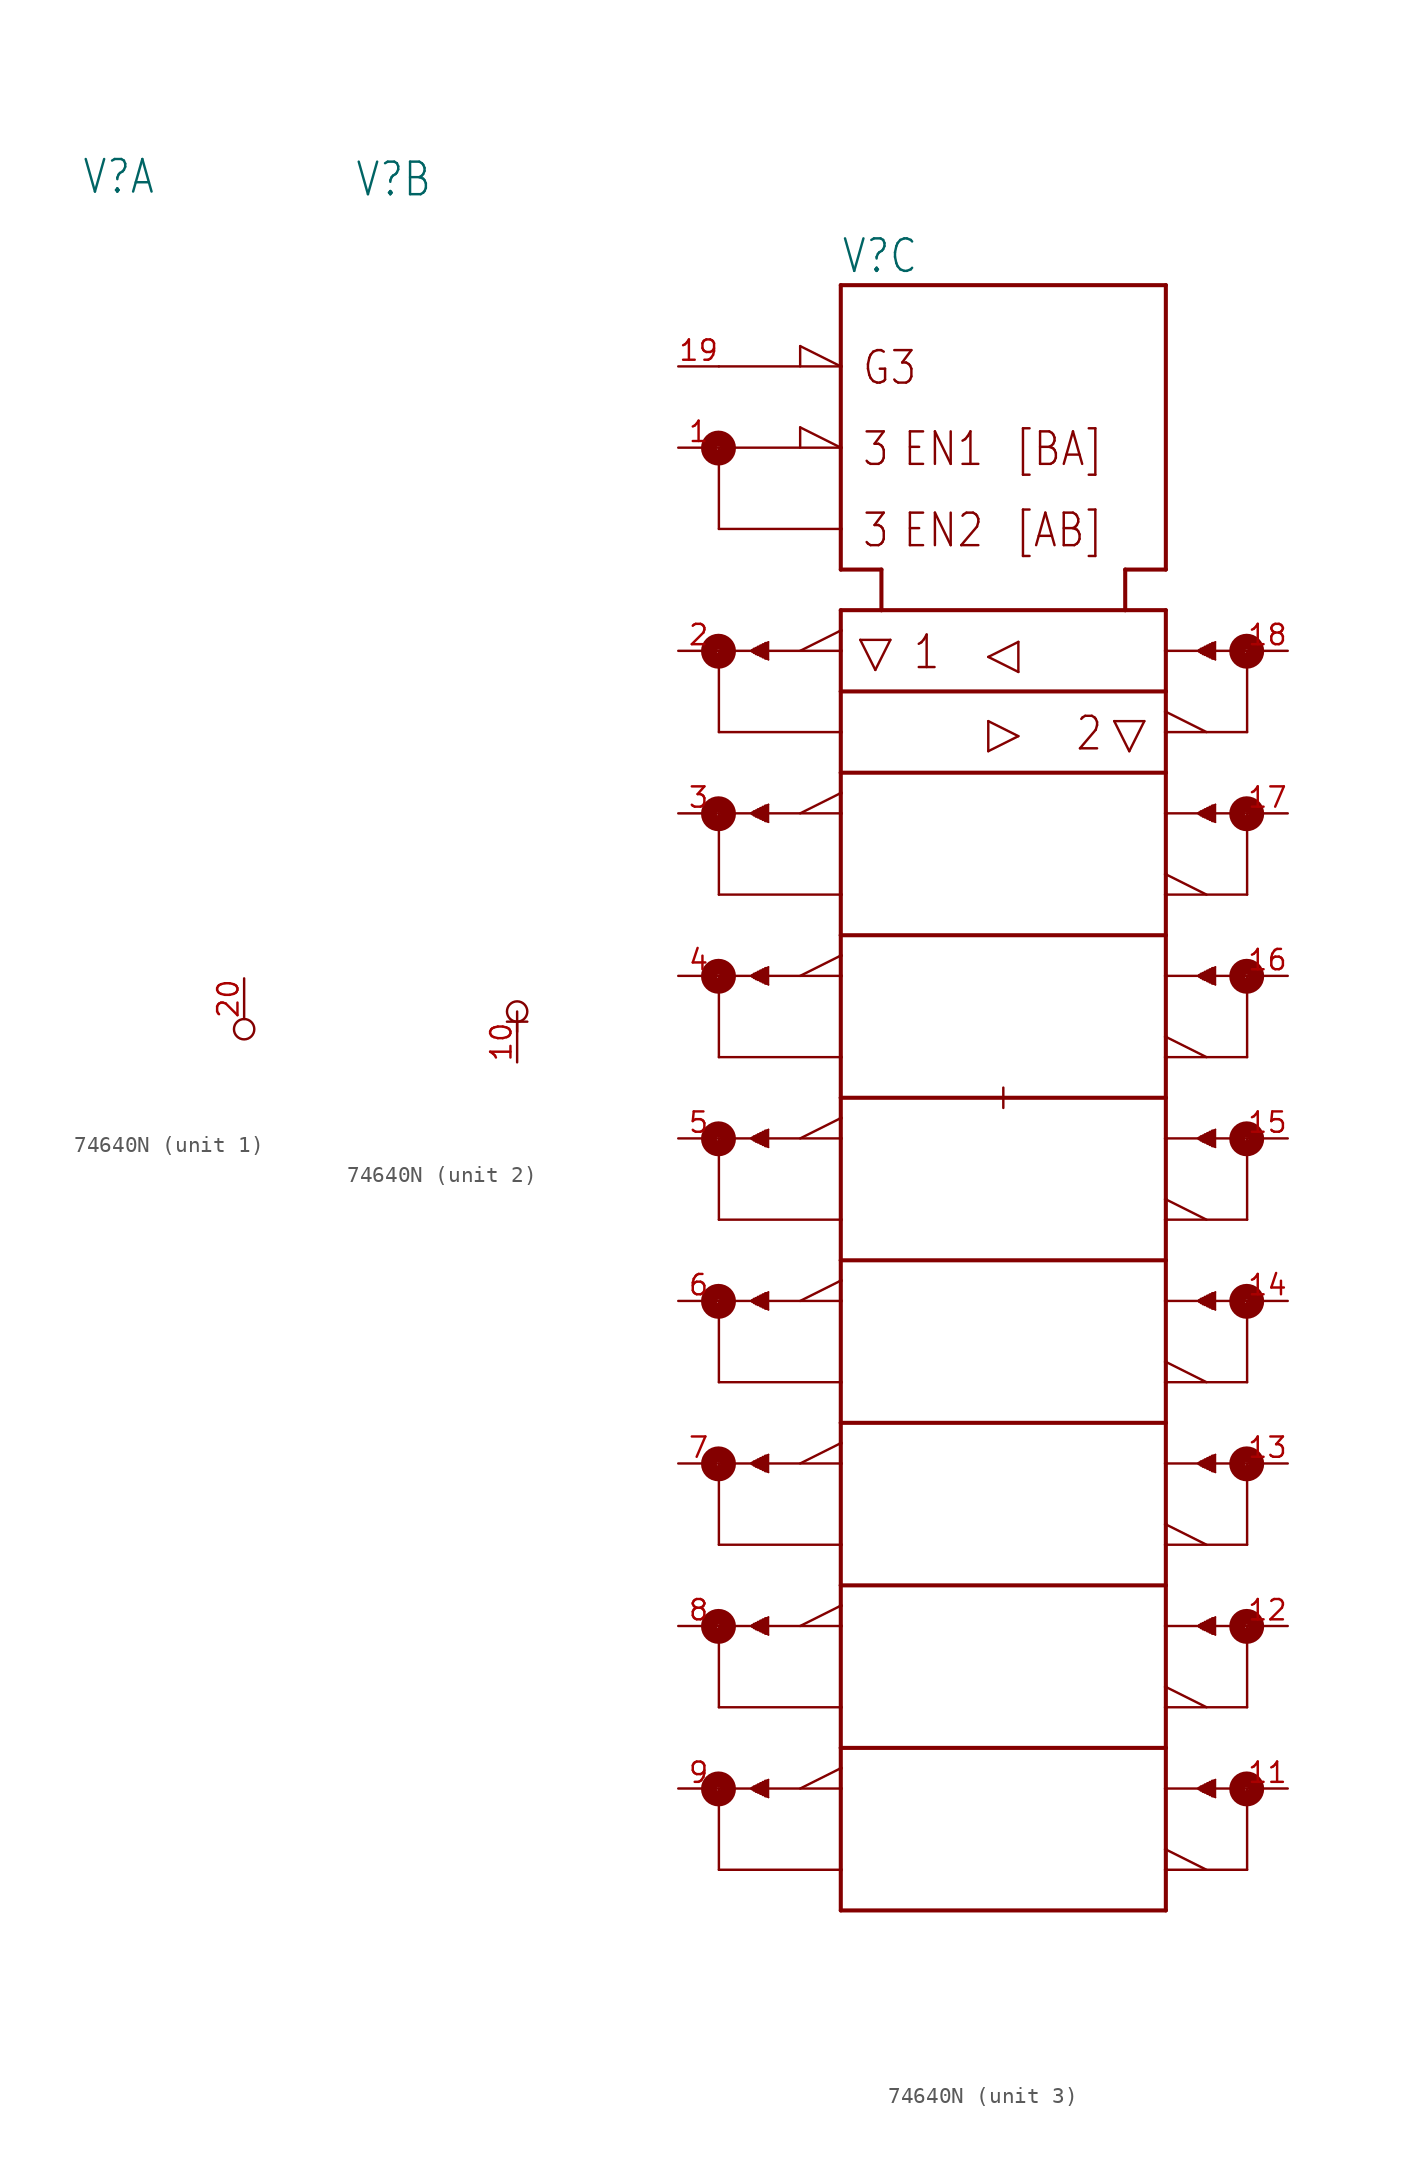
<source format=kicad_sym>
(kicad_symbol_lib
  (version 20220914)
  (generator kicad_symbol_editor)
  (symbol "74640N"
    (property "Reference" "V"
      (at -10.16 51.435 0)
      (effects (font (size 2.032 1.727)) (justify left bottom)))
    (property "ki_locked" ""
      (at 0 0 0)
      (effects (font (size 1.27 1.27))))
    (symbol "74640N_1_0"
      (circle (center 0 -0.635) (radius 0.635) (stroke (width 0.152) (type solid)) (fill (type none)))
      (pin power_in line (at 0 2.54 270) (length 2.54) (name "+UB" (effects (font (size 0 0)))) (number "20" (effects (font (size 1.27 1.27))))))
    (symbol "74640N_2_0"
      (polyline (pts (xy 0 -0.635) (xy 0 0.635)) (stroke (width 0) (type solid)) (fill (type none)))
      (polyline (pts (xy 0.635 0) (xy -0.635 0)) (stroke (width 0) (type solid)) (fill (type none)))
      (circle (center 0 0.635) (radius 0.635) (stroke (width 0.152) (type solid)) (fill (type none)))
      (pin power_in line (at 0 -2.54 90) (length 2.54) (name "-UB" (effects (font (size 0 0)))) (number "10" (effects (font (size 1.27 1.27))))))
    (symbol "74640N_3_0"
      (circle (center -17.805 -43.205) (radius 0.102) (stroke (width 0.991) (type solid)) (fill (type none)))
      (circle (center -17.805 -33.045) (radius 0.102) (stroke (width 0.991) (type solid)) (fill (type none)))
      (circle (center -17.805 -22.885) (radius 0.102) (stroke (width 0.991) (type solid)) (fill (type none)))
      (circle (center -17.805 -12.725) (radius 0.102) (stroke (width 0.991) (type solid)) (fill (type none)))
      (circle (center -17.805 -2.565) (radius 0.102) (stroke (width 0.991) (type solid)) (fill (type none)))
      (circle (center -17.805 7.595) (radius 0.102) (stroke (width 0.991) (type solid)) (fill (type none)))
      (circle (center -17.805 17.755) (radius 0.102) (stroke (width 0.991) (type solid)) (fill (type none)))
      (circle (center -17.805 27.915) (radius 0.102) (stroke (width 0.991) (type solid)) (fill (type none)))
      (circle (center -17.805 40.615) (radius 0.102) (stroke (width 0.991) (type solid)) (fill (type none)))
      (rectangle (start -15.697 -43.231) (end -15.596 -43.129) (stroke (width 0) (type default)) (fill (type outline)))
      (rectangle (start -15.697 -33.071) (end -15.596 -32.969) (stroke (width 0) (type default)) (fill (type outline)))
      (rectangle (start -15.697 -22.911) (end -15.596 -22.809) (stroke (width 0) (type default)) (fill (type outline)))
      (rectangle (start -15.697 -12.751) (end -15.596 -12.649) (stroke (width 0) (type default)) (fill (type outline)))
      (rectangle (start -15.697 -2.591) (end -15.596 -2.489) (stroke (width 0) (type default)) (fill (type outline)))
      (rectangle (start -15.697 7.569) (end -15.596 7.671) (stroke (width 0) (type default)) (fill (type outline)))
      (rectangle (start -15.697 17.729) (end -15.596 17.831) (stroke (width 0) (type default)) (fill (type outline)))
      (rectangle (start -15.697 27.889) (end -15.596 27.991) (stroke (width 0) (type default)) (fill (type outline)))
      (rectangle (start -15.596 -43.307) (end -15.469 -43.053) (stroke (width 0) (type default)) (fill (type outline)))
      (rectangle (start -15.596 -33.147) (end -15.469 -32.893) (stroke (width 0) (type default)) (fill (type outline)))
      (rectangle (start -15.596 -22.987) (end -15.469 -22.733) (stroke (width 0) (type default)) (fill (type outline)))
      (rectangle (start -15.596 -12.827) (end -15.469 -12.573) (stroke (width 0) (type default)) (fill (type outline)))
      (rectangle (start -15.596 -2.667) (end -15.469 -2.413) (stroke (width 0) (type default)) (fill (type outline)))
      (rectangle (start -15.596 7.493) (end -15.469 7.747) (stroke (width 0) (type default)) (fill (type outline)))
      (rectangle (start -15.596 17.653) (end -15.469 17.907) (stroke (width 0) (type default)) (fill (type outline)))
      (rectangle (start -15.596 27.813) (end -15.469 28.067) (stroke (width 0) (type default)) (fill (type outline)))
      (rectangle (start -15.469 -43.383) (end -15.342 -43.002) (stroke (width 0) (type default)) (fill (type outline)))
      (rectangle (start -15.469 -33.223) (end -15.342 -32.842) (stroke (width 0) (type default)) (fill (type outline)))
      (rectangle (start -15.469 -23.063) (end -15.342 -22.682) (stroke (width 0) (type default)) (fill (type outline)))
      (rectangle (start -15.469 -12.903) (end -15.342 -12.522) (stroke (width 0) (type default)) (fill (type outline)))
      (rectangle (start -15.469 -2.743) (end -15.342 -2.362) (stroke (width 0) (type default)) (fill (type outline)))
      (rectangle (start -15.469 7.417) (end -15.342 7.798) (stroke (width 0) (type default)) (fill (type outline)))
      (rectangle (start -15.469 17.577) (end -15.342 17.958) (stroke (width 0) (type default)) (fill (type outline)))
      (rectangle (start -15.469 27.737) (end -15.342 28.118) (stroke (width 0) (type default)) (fill (type outline)))
      (rectangle (start -15.342 -43.434) (end -15.189 -42.926) (stroke (width 0) (type default)) (fill (type outline)))
      (rectangle (start -15.342 -33.274) (end -15.189 -32.766) (stroke (width 0) (type default)) (fill (type outline)))
      (rectangle (start -15.342 -23.114) (end -15.189 -22.606) (stroke (width 0) (type default)) (fill (type outline)))
      (rectangle (start -15.342 -12.954) (end -15.189 -12.446) (stroke (width 0) (type default)) (fill (type outline)))
      (rectangle (start -15.342 -2.794) (end -15.189 -2.286) (stroke (width 0) (type default)) (fill (type outline)))
      (rectangle (start -15.342 7.366) (end -15.189 7.874) (stroke (width 0) (type default)) (fill (type outline)))
      (rectangle (start -15.342 17.526) (end -15.189 18.034) (stroke (width 0) (type default)) (fill (type outline)))
      (rectangle (start -15.342 27.686) (end -15.189 28.194) (stroke (width 0) (type default)) (fill (type outline)))
      (rectangle (start -15.189 -43.51) (end -15.037 -42.85) (stroke (width 0) (type default)) (fill (type outline)))
      (rectangle (start -15.189 -33.35) (end -15.037 -32.69) (stroke (width 0) (type default)) (fill (type outline)))
      (rectangle (start -15.189 -23.19) (end -15.037 -22.53) (stroke (width 0) (type default)) (fill (type outline)))
      (rectangle (start -15.189 -13.03) (end -15.037 -12.37) (stroke (width 0) (type default)) (fill (type outline)))
      (rectangle (start -15.189 -2.87) (end -15.037 -2.21) (stroke (width 0) (type default)) (fill (type outline)))
      (rectangle (start -15.189 7.29) (end -15.037 7.95) (stroke (width 0) (type default)) (fill (type outline)))
      (rectangle (start -15.189 17.45) (end -15.037 18.11) (stroke (width 0) (type default)) (fill (type outline)))
      (rectangle (start -15.189 27.61) (end -15.037 28.27) (stroke (width 0) (type default)) (fill (type outline)))
      (rectangle (start -15.037 -43.586) (end -14.884 -42.774) (stroke (width 0) (type default)) (fill (type outline)))
      (rectangle (start -15.037 -33.426) (end -14.884 -32.614) (stroke (width 0) (type default)) (fill (type outline)))
      (rectangle (start -15.037 -23.266) (end -14.884 -22.454) (stroke (width 0) (type default)) (fill (type outline)))
      (rectangle (start -15.037 -13.106) (end -14.884 -12.294) (stroke (width 0) (type default)) (fill (type outline)))
      (rectangle (start -15.037 -2.946) (end -14.884 -2.134) (stroke (width 0) (type default)) (fill (type outline)))
      (rectangle (start -15.037 7.214) (end -14.884 8.026) (stroke (width 0) (type default)) (fill (type outline)))
      (rectangle (start -15.037 17.374) (end -14.884 18.186) (stroke (width 0) (type default)) (fill (type outline)))
      (rectangle (start -15.037 27.534) (end -14.884 28.346) (stroke (width 0) (type default)) (fill (type outline)))
      (rectangle (start -14.884 -43.663) (end -14.732 -42.697) (stroke (width 0) (type default)) (fill (type outline)))
      (rectangle (start -14.884 -33.503) (end -14.732 -32.537) (stroke (width 0) (type default)) (fill (type outline)))
      (rectangle (start -14.884 -23.343) (end -14.732 -22.377) (stroke (width 0) (type default)) (fill (type outline)))
      (rectangle (start -14.884 -13.183) (end -14.732 -12.217) (stroke (width 0) (type default)) (fill (type outline)))
      (rectangle (start -14.884 -3.023) (end -14.732 -2.057) (stroke (width 0) (type default)) (fill (type outline)))
      (rectangle (start -14.884 7.137) (end -14.732 8.103) (stroke (width 0) (type default)) (fill (type outline)))
      (rectangle (start -14.884 17.297) (end -14.732 18.263) (stroke (width 0) (type default)) (fill (type outline)))
      (rectangle (start -14.884 27.457) (end -14.732 28.423) (stroke (width 0) (type default)) (fill (type outline)))
      (polyline (pts (xy -17.78 -43.18) (xy -17.78 -48.26)) (stroke (width 0.152) (type solid)) (fill (type none)))
      (polyline (pts (xy -17.78 -43.18) (xy -10.16 -43.18)) (stroke (width 0.152) (type solid)) (fill (type none)))
      (polyline (pts (xy -17.78 -33.02) (xy -17.78 -38.1)) (stroke (width 0.152) (type solid)) (fill (type none)))
      (polyline (pts (xy -17.78 -33.02) (xy -10.16 -33.02)) (stroke (width 0.152) (type solid)) (fill (type none)))
      (polyline (pts (xy -17.78 -22.86) (xy -17.78 -27.94)) (stroke (width 0.152) (type solid)) (fill (type none)))
      (polyline (pts (xy -17.78 -22.86) (xy -10.16 -22.86)) (stroke (width 0.152) (type solid)) (fill (type none)))
      (polyline (pts (xy -17.78 -12.7) (xy -17.78 -17.78)) (stroke (width 0.152) (type solid)) (fill (type none)))
      (polyline (pts (xy -17.78 -12.7) (xy -10.16 -12.7)) (stroke (width 0.152) (type solid)) (fill (type none)))
      (polyline (pts (xy -17.78 -2.54) (xy -17.78 -7.62)) (stroke (width 0.152) (type solid)) (fill (type none)))
      (polyline (pts (xy -17.78 -2.54) (xy -10.16 -2.54)) (stroke (width 0.152) (type solid)) (fill (type none)))
      (polyline (pts (xy -17.78 7.62) (xy -17.78 2.54)) (stroke (width 0.152) (type solid)) (fill (type none)))
      (polyline (pts (xy -17.78 7.62) (xy -10.16 7.62)) (stroke (width 0.152) (type solid)) (fill (type none)))
      (polyline (pts (xy -17.78 17.78) (xy -17.78 12.7)) (stroke (width 0.152) (type solid)) (fill (type none)))
      (polyline (pts (xy -17.78 17.78) (xy -10.16 17.78)) (stroke (width 0.152) (type solid)) (fill (type none)))
      (polyline (pts (xy -17.78 27.94) (xy -17.78 22.86)) (stroke (width 0.152) (type solid)) (fill (type none)))
      (polyline (pts (xy -17.78 27.94) (xy -10.16 27.94)) (stroke (width 0.152) (type solid)) (fill (type none)))
      (polyline (pts (xy -17.78 40.64) (xy -17.78 35.56)) (stroke (width 0.152) (type solid)) (fill (type none)))
      (polyline (pts (xy -17.78 40.64) (xy -10.16 40.64)) (stroke (width 0.152) (type solid)) (fill (type none)))
      (polyline (pts (xy -17.78 45.72) (xy -10.16 45.72)) (stroke (width 0.152) (type solid)) (fill (type none)))
      (polyline (pts (xy -15.799 -43.18) (xy -14.681 -42.621)) (stroke (width 0.102) (type solid)) (fill (type none)))
      (polyline (pts (xy -15.799 -33.02) (xy -14.681 -32.461)) (stroke (width 0.102) (type solid)) (fill (type none)))
      (polyline (pts (xy -15.799 -22.86) (xy -14.681 -22.301)) (stroke (width 0.102) (type solid)) (fill (type none)))
      (polyline (pts (xy -15.799 -12.7) (xy -14.681 -12.141)) (stroke (width 0.102) (type solid)) (fill (type none)))
      (polyline (pts (xy -15.799 -2.54) (xy -14.681 -1.981)) (stroke (width 0.102) (type solid)) (fill (type none)))
      (polyline (pts (xy -15.799 7.62) (xy -14.681 8.179)) (stroke (width 0.102) (type solid)) (fill (type none)))
      (polyline (pts (xy -15.799 17.78) (xy -14.681 18.339)) (stroke (width 0.102) (type solid)) (fill (type none)))
      (polyline (pts (xy -15.799 27.94) (xy -14.681 28.499)) (stroke (width 0.102) (type solid)) (fill (type none)))
      (polyline (pts (xy -14.681 -43.739) (xy -15.799 -43.18)) (stroke (width 0.102) (type solid)) (fill (type none)))
      (polyline (pts (xy -14.681 -42.621) (xy -14.681 -43.739)) (stroke (width 0.102) (type solid)) (fill (type none)))
      (polyline (pts (xy -14.681 -33.579) (xy -15.799 -33.02)) (stroke (width 0.102) (type solid)) (fill (type none)))
      (polyline (pts (xy -14.681 -32.461) (xy -14.681 -33.579)) (stroke (width 0.102) (type solid)) (fill (type none)))
      (polyline (pts (xy -14.681 -23.419) (xy -15.799 -22.86)) (stroke (width 0.102) (type solid)) (fill (type none)))
      (polyline (pts (xy -14.681 -22.301) (xy -14.681 -23.419)) (stroke (width 0.102) (type solid)) (fill (type none)))
      (polyline (pts (xy -14.681 -13.259) (xy -15.799 -12.7)) (stroke (width 0.102) (type solid)) (fill (type none)))
      (polyline (pts (xy -14.681 -12.141) (xy -14.681 -13.259)) (stroke (width 0.102) (type solid)) (fill (type none)))
      (polyline (pts (xy -14.681 -3.099) (xy -15.799 -2.54)) (stroke (width 0.102) (type solid)) (fill (type none)))
      (polyline (pts (xy -14.681 -1.981) (xy -14.681 -3.099)) (stroke (width 0.102) (type solid)) (fill (type none)))
      (polyline (pts (xy -14.681 7.061) (xy -15.799 7.62)) (stroke (width 0.102) (type solid)) (fill (type none)))
      (polyline (pts (xy -14.681 8.179) (xy -14.681 7.061)) (stroke (width 0.102) (type solid)) (fill (type none)))
      (polyline (pts (xy -14.681 17.221) (xy -15.799 17.78)) (stroke (width 0.102) (type solid)) (fill (type none)))
      (polyline (pts (xy -14.681 18.339) (xy -14.681 17.221)) (stroke (width 0.102) (type solid)) (fill (type none)))
      (polyline (pts (xy -14.681 27.381) (xy -15.799 27.94)) (stroke (width 0.102) (type solid)) (fill (type none)))
      (polyline (pts (xy -14.681 28.499) (xy -14.681 27.381)) (stroke (width 0.102) (type solid)) (fill (type none)))
      (polyline (pts (xy -12.7 -43.18) (xy -10.16 -41.91)) (stroke (width 0.152) (type solid)) (fill (type none)))
      (polyline (pts (xy -12.7 -33.02) (xy -10.16 -31.75)) (stroke (width 0.152) (type solid)) (fill (type none)))
      (polyline (pts (xy -12.7 -22.86) (xy -10.16 -21.59)) (stroke (width 0.152) (type solid)) (fill (type none)))
      (polyline (pts (xy -12.7 -12.7) (xy -10.16 -11.43)) (stroke (width 0.152) (type solid)) (fill (type none)))
      (polyline (pts (xy -12.7 -2.54) (xy -10.16 -1.27)) (stroke (width 0.152) (type solid)) (fill (type none)))
      (polyline (pts (xy -12.7 7.62) (xy -10.16 8.89)) (stroke (width 0.152) (type solid)) (fill (type none)))
      (polyline (pts (xy -12.7 17.78) (xy -10.16 19.05)) (stroke (width 0.152) (type solid)) (fill (type none)))
      (polyline (pts (xy -12.7 27.94) (xy -10.16 29.21)) (stroke (width 0.152) (type solid)) (fill (type none)))
      (polyline (pts (xy -12.7 41.91) (xy -12.7 40.64)) (stroke (width 0.152) (type solid)) (fill (type none)))
      (polyline (pts (xy -12.7 46.99) (xy -12.7 45.72)) (stroke (width 0.152) (type solid)) (fill (type none)))
      (polyline (pts (xy -10.16 -50.8) (xy 10.16 -50.8)) (stroke (width 0.254) (type solid)) (fill (type none)))
      (polyline (pts (xy -10.16 -48.26) (xy -17.78 -48.26)) (stroke (width 0.152) (type solid)) (fill (type none)))
      (polyline (pts (xy -10.16 -48.26) (xy -10.16 -50.8)) (stroke (width 0.254) (type solid)) (fill (type none)))
      (polyline (pts (xy -10.16 -43.18) (xy -10.16 -48.26)) (stroke (width 0.254) (type solid)) (fill (type none)))
      (polyline (pts (xy -10.16 -41.91) (xy -10.16 -43.18)) (stroke (width 0.254) (type solid)) (fill (type none)))
      (polyline (pts (xy -10.16 -40.64) (xy -10.16 -41.91)) (stroke (width 0.254) (type solid)) (fill (type none)))
      (polyline (pts (xy -10.16 -40.64) (xy 10.16 -40.64)) (stroke (width 0.254) (type solid)) (fill (type none)))
      (polyline (pts (xy -10.16 -38.1) (xy -17.78 -38.1)) (stroke (width 0.152) (type solid)) (fill (type none)))
      (polyline (pts (xy -10.16 -38.1) (xy -10.16 -40.64)) (stroke (width 0.254) (type solid)) (fill (type none)))
      (polyline (pts (xy -10.16 -33.02) (xy -10.16 -38.1)) (stroke (width 0.254) (type solid)) (fill (type none)))
      (polyline (pts (xy -10.16 -31.75) (xy -10.16 -33.02)) (stroke (width 0.254) (type solid)) (fill (type none)))
      (polyline (pts (xy -10.16 -30.48) (xy -10.16 -31.75)) (stroke (width 0.254) (type solid)) (fill (type none)))
      (polyline (pts (xy -10.16 -30.48) (xy 10.16 -30.48)) (stroke (width 0.254) (type solid)) (fill (type none)))
      (polyline (pts (xy -10.16 -27.94) (xy -17.78 -27.94)) (stroke (width 0.152) (type solid)) (fill (type none)))
      (polyline (pts (xy -10.16 -27.94) (xy -10.16 -30.48)) (stroke (width 0.254) (type solid)) (fill (type none)))
      (polyline (pts (xy -10.16 -22.86) (xy -10.16 -27.94)) (stroke (width 0.254) (type solid)) (fill (type none)))
      (polyline (pts (xy -10.16 -21.59) (xy -10.16 -22.86)) (stroke (width 0.254) (type solid)) (fill (type none)))
      (polyline (pts (xy -10.16 -20.32) (xy -10.16 -21.59)) (stroke (width 0.254) (type solid)) (fill (type none)))
      (polyline (pts (xy -10.16 -20.32) (xy 10.16 -20.32)) (stroke (width 0.254) (type solid)) (fill (type none)))
      (polyline (pts (xy -10.16 -17.78) (xy -17.78 -17.78)) (stroke (width 0.152) (type solid)) (fill (type none)))
      (polyline (pts (xy -10.16 -17.78) (xy -10.16 -20.32)) (stroke (width 0.254) (type solid)) (fill (type none)))
      (polyline (pts (xy -10.16 -12.7) (xy -10.16 -17.78)) (stroke (width 0.254) (type solid)) (fill (type none)))
      (polyline (pts (xy -10.16 -11.43) (xy -10.16 -12.7)) (stroke (width 0.254) (type solid)) (fill (type none)))
      (polyline (pts (xy -10.16 -10.16) (xy -10.16 -11.43)) (stroke (width 0.254) (type solid)) (fill (type none)))
      (polyline (pts (xy -10.16 -10.16) (xy 10.16 -10.16)) (stroke (width 0.254) (type solid)) (fill (type none)))
      (polyline (pts (xy -10.16 -7.62) (xy -17.78 -7.62)) (stroke (width 0.152) (type solid)) (fill (type none)))
      (polyline (pts (xy -10.16 -7.62) (xy -10.16 -10.16)) (stroke (width 0.254) (type solid)) (fill (type none)))
      (polyline (pts (xy -10.16 -2.54) (xy -10.16 -7.62)) (stroke (width 0.254) (type solid)) (fill (type none)))
      (polyline (pts (xy -10.16 -1.27) (xy -10.16 -2.54)) (stroke (width 0.254) (type solid)) (fill (type none)))
      (polyline (pts (xy -10.16 0) (xy -10.16 -1.27)) (stroke (width 0.254) (type solid)) (fill (type none)))
      (polyline (pts (xy -10.16 0) (xy 10.16 0)) (stroke (width 0.254) (type solid)) (fill (type none)))
      (polyline (pts (xy -10.16 2.54) (xy -17.78 2.54)) (stroke (width 0.152) (type solid)) (fill (type none)))
      (polyline (pts (xy -10.16 2.54) (xy -10.16 0)) (stroke (width 0.254) (type solid)) (fill (type none)))
      (polyline (pts (xy -10.16 7.62) (xy -10.16 2.54)) (stroke (width 0.254) (type solid)) (fill (type none)))
      (polyline (pts (xy -10.16 8.89) (xy -10.16 7.62)) (stroke (width 0.254) (type solid)) (fill (type none)))
      (polyline (pts (xy -10.16 10.16) (xy -10.16 8.89)) (stroke (width 0.254) (type solid)) (fill (type none)))
      (polyline (pts (xy -10.16 10.16) (xy -10.16 12.7)) (stroke (width 0.254) (type solid)) (fill (type none)))
      (polyline (pts (xy -10.16 10.16) (xy 10.16 10.16)) (stroke (width 0.254) (type solid)) (fill (type none)))
      (polyline (pts (xy -10.16 12.7) (xy -17.78 12.7)) (stroke (width 0.152) (type solid)) (fill (type none)))
      (polyline (pts (xy -10.16 12.7) (xy -10.16 17.78)) (stroke (width 0.254) (type solid)) (fill (type none)))
      (polyline (pts (xy -10.16 17.78) (xy -10.16 19.05)) (stroke (width 0.254) (type solid)) (fill (type none)))
      (polyline (pts (xy -10.16 19.05) (xy -10.16 20.32)) (stroke (width 0.254) (type solid)) (fill (type none)))
      (polyline (pts (xy -10.16 20.32) (xy -10.16 22.86)) (stroke (width 0.254) (type solid)) (fill (type none)))
      (polyline (pts (xy -10.16 22.86) (xy -17.78 22.86)) (stroke (width 0.152) (type solid)) (fill (type none)))
      (polyline (pts (xy -10.16 22.86) (xy -10.16 25.4)) (stroke (width 0.254) (type solid)) (fill (type none)))
      (polyline (pts (xy -10.16 25.4) (xy -10.16 27.94)) (stroke (width 0.254) (type solid)) (fill (type none)))
      (polyline (pts (xy -10.16 25.4) (xy 10.16 25.4)) (stroke (width 0.254) (type solid)) (fill (type none)))
      (polyline (pts (xy -10.16 27.94) (xy -10.16 29.21)) (stroke (width 0.254) (type solid)) (fill (type none)))
      (polyline (pts (xy -10.16 29.21) (xy -10.16 30.48)) (stroke (width 0.254) (type solid)) (fill (type none)))
      (polyline (pts (xy -10.16 30.48) (xy -7.62 30.48)) (stroke (width 0.254) (type solid)) (fill (type none)))
      (polyline (pts (xy -10.16 35.56) (xy -17.78 35.56)) (stroke (width 0.152) (type solid)) (fill (type none)))
      (polyline (pts (xy -10.16 35.56) (xy -10.16 33.02)) (stroke (width 0.254) (type solid)) (fill (type none)))
      (polyline (pts (xy -10.16 40.64) (xy -12.7 41.91)) (stroke (width 0.152) (type solid)) (fill (type none)))
      (polyline (pts (xy -10.16 40.64) (xy -10.16 35.56)) (stroke (width 0.254) (type solid)) (fill (type none)))
      (polyline (pts (xy -10.16 45.72) (xy -12.7 46.99)) (stroke (width 0.152) (type solid)) (fill (type none)))
      (polyline (pts (xy -10.16 45.72) (xy -10.16 40.64)) (stroke (width 0.254) (type solid)) (fill (type none)))
      (polyline (pts (xy -10.16 50.8) (xy -10.16 45.72)) (stroke (width 0.254) (type solid)) (fill (type none)))
      (polyline (pts (xy -10.16 50.8) (xy 10.16 50.8)) (stroke (width 0.254) (type solid)) (fill (type none)))
      (polyline (pts (xy -8.941 28.626) (xy -7.061 28.626)) (stroke (width 0.152) (type solid)) (fill (type none)))
      (polyline (pts (xy -8.001 26.746) (xy -8.941 28.626)) (stroke (width 0.152) (type solid)) (fill (type none)))
      (polyline (pts (xy -7.62 30.48) (xy 7.62 30.48)) (stroke (width 0.254) (type solid)) (fill (type none)))
      (polyline (pts (xy -7.62 33.02) (xy -10.16 33.02)) (stroke (width 0.254) (type solid)) (fill (type none)))
      (polyline (pts (xy -7.62 33.02) (xy -7.62 30.48)) (stroke (width 0.254) (type solid)) (fill (type none)))
      (polyline (pts (xy -7.061 28.626) (xy -8.001 26.746)) (stroke (width 0.152) (type solid)) (fill (type none)))
      (polyline (pts (xy -0.94 21.666) (xy 0.94 22.606)) (stroke (width 0.152) (type solid)) (fill (type none)))
      (polyline (pts (xy -0.94 23.546) (xy -0.94 21.666)) (stroke (width 0.152) (type solid)) (fill (type none)))
      (polyline (pts (xy -0.94 27.559) (xy 0.94 26.619)) (stroke (width 0.152) (type solid)) (fill (type none)))
      (polyline (pts (xy -0.635 0) (xy 0.635 0)) (stroke (width 0) (type solid)) (fill (type none)))
      (polyline (pts (xy 0 0.635) (xy 0 -0.635)) (stroke (width 0) (type solid)) (fill (type none)))
      (polyline (pts (xy 0.94 22.606) (xy -0.94 23.546)) (stroke (width 0.152) (type solid)) (fill (type none)))
      (polyline (pts (xy 0.94 26.619) (xy 0.94 28.499)) (stroke (width 0.152) (type solid)) (fill (type none)))
      (polyline (pts (xy 0.94 28.499) (xy -0.94 27.559)) (stroke (width 0.152) (type solid)) (fill (type none)))
      (polyline (pts (xy 6.934 23.546) (xy 8.814 23.546)) (stroke (width 0.152) (type solid)) (fill (type none)))
      (polyline (pts (xy 7.62 30.48) (xy 7.62 33.02)) (stroke (width 0.254) (type solid)) (fill (type none)))
      (polyline (pts (xy 7.62 30.48) (xy 10.16 30.48)) (stroke (width 0.254) (type solid)) (fill (type none)))
      (polyline (pts (xy 7.874 21.666) (xy 6.934 23.546)) (stroke (width 0.152) (type solid)) (fill (type none)))
      (polyline (pts (xy 8.814 23.546) (xy 7.874 21.666)) (stroke (width 0.152) (type solid)) (fill (type none)))
      (polyline (pts (xy 10.16 -48.26) (xy 10.16 -50.8)) (stroke (width 0.254) (type solid)) (fill (type none)))
      (polyline (pts (xy 10.16 -46.99) (xy 10.16 -48.26)) (stroke (width 0.254) (type solid)) (fill (type none)))
      (polyline (pts (xy 10.16 -43.18) (xy 10.16 -46.99)) (stroke (width 0.254) (type solid)) (fill (type none)))
      (polyline (pts (xy 10.16 -43.18) (xy 15.24 -43.18)) (stroke (width 0.152) (type solid)) (fill (type none)))
      (polyline (pts (xy 10.16 -40.64) (xy 10.16 -43.18)) (stroke (width 0.254) (type solid)) (fill (type none)))
      (polyline (pts (xy 10.16 -38.1) (xy 10.16 -40.64)) (stroke (width 0.254) (type solid)) (fill (type none)))
      (polyline (pts (xy 10.16 -36.83) (xy 10.16 -38.1)) (stroke (width 0.254) (type solid)) (fill (type none)))
      (polyline (pts (xy 10.16 -33.02) (xy 10.16 -36.83)) (stroke (width 0.254) (type solid)) (fill (type none)))
      (polyline (pts (xy 10.16 -33.02) (xy 15.24 -33.02)) (stroke (width 0.152) (type solid)) (fill (type none)))
      (polyline (pts (xy 10.16 -30.48) (xy 10.16 -33.02)) (stroke (width 0.254) (type solid)) (fill (type none)))
      (polyline (pts (xy 10.16 -27.94) (xy 10.16 -30.48)) (stroke (width 0.254) (type solid)) (fill (type none)))
      (polyline (pts (xy 10.16 -26.67) (xy 10.16 -27.94)) (stroke (width 0.254) (type solid)) (fill (type none)))
      (polyline (pts (xy 10.16 -22.86) (xy 10.16 -26.67)) (stroke (width 0.254) (type solid)) (fill (type none)))
      (polyline (pts (xy 10.16 -22.86) (xy 15.24 -22.86)) (stroke (width 0.152) (type solid)) (fill (type none)))
      (polyline (pts (xy 10.16 -20.32) (xy 10.16 -22.86)) (stroke (width 0.254) (type solid)) (fill (type none)))
      (polyline (pts (xy 10.16 -17.78) (xy 10.16 -20.32)) (stroke (width 0.254) (type solid)) (fill (type none)))
      (polyline (pts (xy 10.16 -16.51) (xy 10.16 -17.78)) (stroke (width 0.254) (type solid)) (fill (type none)))
      (polyline (pts (xy 10.16 -12.7) (xy 10.16 -16.51)) (stroke (width 0.254) (type solid)) (fill (type none)))
      (polyline (pts (xy 10.16 -12.7) (xy 15.24 -12.7)) (stroke (width 0.152) (type solid)) (fill (type none)))
      (polyline (pts (xy 10.16 -10.16) (xy 10.16 -12.7)) (stroke (width 0.254) (type solid)) (fill (type none)))
      (polyline (pts (xy 10.16 -7.62) (xy 10.16 -10.16)) (stroke (width 0.254) (type solid)) (fill (type none)))
      (polyline (pts (xy 10.16 -6.35) (xy 10.16 -7.62)) (stroke (width 0.254) (type solid)) (fill (type none)))
      (polyline (pts (xy 10.16 -2.54) (xy 10.16 -6.35)) (stroke (width 0.254) (type solid)) (fill (type none)))
      (polyline (pts (xy 10.16 -2.54) (xy 15.24 -2.54)) (stroke (width 0.152) (type solid)) (fill (type none)))
      (polyline (pts (xy 10.16 0) (xy 10.16 -2.54)) (stroke (width 0.254) (type solid)) (fill (type none)))
      (polyline (pts (xy 10.16 2.54) (xy 10.16 0)) (stroke (width 0.254) (type solid)) (fill (type none)))
      (polyline (pts (xy 10.16 3.81) (xy 10.16 2.54)) (stroke (width 0.254) (type solid)) (fill (type none)))
      (polyline (pts (xy 10.16 7.62) (xy 10.16 3.81)) (stroke (width 0.254) (type solid)) (fill (type none)))
      (polyline (pts (xy 10.16 7.62) (xy 15.24 7.62)) (stroke (width 0.152) (type solid)) (fill (type none)))
      (polyline (pts (xy 10.16 10.16) (xy 10.16 7.62)) (stroke (width 0.254) (type solid)) (fill (type none)))
      (polyline (pts (xy 10.16 12.7) (xy 10.16 10.16)) (stroke (width 0.254) (type solid)) (fill (type none)))
      (polyline (pts (xy 10.16 13.97) (xy 10.16 12.7)) (stroke (width 0.254) (type solid)) (fill (type none)))
      (polyline (pts (xy 10.16 17.78) (xy 10.16 13.97)) (stroke (width 0.254) (type solid)) (fill (type none)))
      (polyline (pts (xy 10.16 17.78) (xy 15.24 17.78)) (stroke (width 0.152) (type solid)) (fill (type none)))
      (polyline (pts (xy 10.16 20.32) (xy -10.16 20.32)) (stroke (width 0.254) (type solid)) (fill (type none)))
      (polyline (pts (xy 10.16 20.32) (xy 10.16 17.78)) (stroke (width 0.254) (type solid)) (fill (type none)))
      (polyline (pts (xy 10.16 22.86) (xy 10.16 20.32)) (stroke (width 0.254) (type solid)) (fill (type none)))
      (polyline (pts (xy 10.16 24.13) (xy 10.16 22.86)) (stroke (width 0.254) (type solid)) (fill (type none)))
      (polyline (pts (xy 10.16 25.4) (xy 10.16 24.13)) (stroke (width 0.254) (type solid)) (fill (type none)))
      (polyline (pts (xy 10.16 27.94) (xy 10.16 25.4)) (stroke (width 0.254) (type solid)) (fill (type none)))
      (polyline (pts (xy 10.16 27.94) (xy 15.24 27.94)) (stroke (width 0.152) (type solid)) (fill (type none)))
      (polyline (pts (xy 10.16 30.48) (xy 10.16 27.94)) (stroke (width 0.254) (type solid)) (fill (type none)))
      (polyline (pts (xy 10.16 33.02) (xy 7.62 33.02)) (stroke (width 0.254) (type solid)) (fill (type none)))
      (polyline (pts (xy 10.16 50.8) (xy 10.16 33.02)) (stroke (width 0.254) (type solid)) (fill (type none)))
      (polyline (pts (xy 12.141 -43.18) (xy 13.259 -42.621)) (stroke (width 0.102) (type solid)) (fill (type none)))
      (polyline (pts (xy 12.141 -33.02) (xy 13.259 -32.461)) (stroke (width 0.102) (type solid)) (fill (type none)))
      (polyline (pts (xy 12.141 -22.86) (xy 13.259 -22.301)) (stroke (width 0.102) (type solid)) (fill (type none)))
      (polyline (pts (xy 12.141 -12.7) (xy 13.259 -12.141)) (stroke (width 0.102) (type solid)) (fill (type none)))
      (polyline (pts (xy 12.141 -2.54) (xy 13.259 -1.981)) (stroke (width 0.102) (type solid)) (fill (type none)))
      (polyline (pts (xy 12.141 7.62) (xy 13.259 8.179)) (stroke (width 0.102) (type solid)) (fill (type none)))
      (polyline (pts (xy 12.141 17.78) (xy 13.259 18.339)) (stroke (width 0.102) (type solid)) (fill (type none)))
      (polyline (pts (xy 12.141 27.94) (xy 13.259 28.499)) (stroke (width 0.102) (type solid)) (fill (type none)))
      (polyline (pts (xy 12.7 -48.26) (xy 10.16 -46.99)) (stroke (width 0.152) (type solid)) (fill (type none)))
      (polyline (pts (xy 12.7 -38.1) (xy 10.16 -36.83)) (stroke (width 0.152) (type solid)) (fill (type none)))
      (polyline (pts (xy 12.7 -27.94) (xy 10.16 -26.67)) (stroke (width 0.152) (type solid)) (fill (type none)))
      (polyline (pts (xy 12.7 -17.78) (xy 10.16 -16.51)) (stroke (width 0.152) (type solid)) (fill (type none)))
      (polyline (pts (xy 12.7 -7.62) (xy 10.16 -6.35)) (stroke (width 0.152) (type solid)) (fill (type none)))
      (polyline (pts (xy 12.7 2.54) (xy 10.16 3.81)) (stroke (width 0.152) (type solid)) (fill (type none)))
      (polyline (pts (xy 12.7 12.7) (xy 10.16 13.97)) (stroke (width 0.152) (type solid)) (fill (type none)))
      (polyline (pts (xy 12.7 22.86) (xy 10.16 24.13)) (stroke (width 0.152) (type solid)) (fill (type none)))
      (polyline (pts (xy 13.259 -43.739) (xy 12.141 -43.18)) (stroke (width 0.102) (type solid)) (fill (type none)))
      (polyline (pts (xy 13.259 -42.621) (xy 13.259 -43.739)) (stroke (width 0.102) (type solid)) (fill (type none)))
      (polyline (pts (xy 13.259 -33.579) (xy 12.141 -33.02)) (stroke (width 0.102) (type solid)) (fill (type none)))
      (polyline (pts (xy 13.259 -32.461) (xy 13.259 -33.579)) (stroke (width 0.102) (type solid)) (fill (type none)))
      (polyline (pts (xy 13.259 -23.419) (xy 12.141 -22.86)) (stroke (width 0.102) (type solid)) (fill (type none)))
      (polyline (pts (xy 13.259 -22.301) (xy 13.259 -23.419)) (stroke (width 0.102) (type solid)) (fill (type none)))
      (polyline (pts (xy 13.259 -13.259) (xy 12.141 -12.7)) (stroke (width 0.102) (type solid)) (fill (type none)))
      (polyline (pts (xy 13.259 -12.141) (xy 13.259 -13.259)) (stroke (width 0.102) (type solid)) (fill (type none)))
      (polyline (pts (xy 13.259 -3.099) (xy 12.141 -2.54)) (stroke (width 0.102) (type solid)) (fill (type none)))
      (polyline (pts (xy 13.259 -1.981) (xy 13.259 -3.099)) (stroke (width 0.102) (type solid)) (fill (type none)))
      (polyline (pts (xy 13.259 7.061) (xy 12.141 7.62)) (stroke (width 0.102) (type solid)) (fill (type none)))
      (polyline (pts (xy 13.259 8.179) (xy 13.259 7.061)) (stroke (width 0.102) (type solid)) (fill (type none)))
      (polyline (pts (xy 13.259 17.221) (xy 12.141 17.78)) (stroke (width 0.102) (type solid)) (fill (type none)))
      (polyline (pts (xy 13.259 18.339) (xy 13.259 17.221)) (stroke (width 0.102) (type solid)) (fill (type none)))
      (polyline (pts (xy 13.259 27.381) (xy 12.141 27.94)) (stroke (width 0.102) (type solid)) (fill (type none)))
      (polyline (pts (xy 13.259 28.499) (xy 13.259 27.381)) (stroke (width 0.102) (type solid)) (fill (type none)))
      (polyline (pts (xy 15.24 -48.26) (xy 10.16 -48.26)) (stroke (width 0.152) (type solid)) (fill (type none)))
      (polyline (pts (xy 15.24 -43.18) (xy 15.24 -48.26)) (stroke (width 0.152) (type solid)) (fill (type none)))
      (polyline (pts (xy 15.24 -38.1) (xy 10.16 -38.1)) (stroke (width 0.152) (type solid)) (fill (type none)))
      (polyline (pts (xy 15.24 -33.02) (xy 15.24 -38.1)) (stroke (width 0.152) (type solid)) (fill (type none)))
      (polyline (pts (xy 15.24 -27.94) (xy 10.16 -27.94)) (stroke (width 0.152) (type solid)) (fill (type none)))
      (polyline (pts (xy 15.24 -22.86) (xy 15.24 -27.94)) (stroke (width 0.152) (type solid)) (fill (type none)))
      (polyline (pts (xy 15.24 -17.78) (xy 10.16 -17.78)) (stroke (width 0.152) (type solid)) (fill (type none)))
      (polyline (pts (xy 15.24 -12.7) (xy 15.24 -17.78)) (stroke (width 0.152) (type solid)) (fill (type none)))
      (polyline (pts (xy 15.24 -7.62) (xy 10.16 -7.62)) (stroke (width 0.152) (type solid)) (fill (type none)))
      (polyline (pts (xy 15.24 -2.54) (xy 15.24 -7.62)) (stroke (width 0.152) (type solid)) (fill (type none)))
      (polyline (pts (xy 15.24 2.54) (xy 10.16 2.54)) (stroke (width 0.152) (type solid)) (fill (type none)))
      (polyline (pts (xy 15.24 7.62) (xy 15.24 2.54)) (stroke (width 0.152) (type solid)) (fill (type none)))
      (polyline (pts (xy 15.24 12.7) (xy 10.16 12.7)) (stroke (width 0.152) (type solid)) (fill (type none)))
      (polyline (pts (xy 15.24 17.78) (xy 15.24 12.7)) (stroke (width 0.152) (type solid)) (fill (type none)))
      (polyline (pts (xy 15.24 22.86) (xy 10.16 22.86)) (stroke (width 0.152) (type solid)) (fill (type none)))
      (polyline (pts (xy 15.24 27.94) (xy 15.24 22.86)) (stroke (width 0.152) (type solid)) (fill (type none)))
      (rectangle (start 12.243 -43.231) (end 12.344 -43.129) (stroke (width 0) (type default)) (fill (type outline)))
      (rectangle (start 12.243 -33.071) (end 12.344 -32.969) (stroke (width 0) (type default)) (fill (type outline)))
      (rectangle (start 12.243 -22.911) (end 12.344 -22.809) (stroke (width 0) (type default)) (fill (type outline)))
      (rectangle (start 12.243 -12.751) (end 12.344 -12.649) (stroke (width 0) (type default)) (fill (type outline)))
      (rectangle (start 12.243 -2.591) (end 12.344 -2.489) (stroke (width 0) (type default)) (fill (type outline)))
      (rectangle (start 12.243 7.569) (end 12.344 7.671) (stroke (width 0) (type default)) (fill (type outline)))
      (rectangle (start 12.243 17.729) (end 12.344 17.831) (stroke (width 0) (type default)) (fill (type outline)))
      (rectangle (start 12.243 27.889) (end 12.344 27.991) (stroke (width 0) (type default)) (fill (type outline)))
      (rectangle (start 12.344 -43.307) (end 12.471 -43.053) (stroke (width 0) (type default)) (fill (type outline)))
      (rectangle (start 12.344 -33.147) (end 12.471 -32.893) (stroke (width 0) (type default)) (fill (type outline)))
      (rectangle (start 12.344 -22.987) (end 12.471 -22.733) (stroke (width 0) (type default)) (fill (type outline)))
      (rectangle (start 12.344 -12.827) (end 12.471 -12.573) (stroke (width 0) (type default)) (fill (type outline)))
      (rectangle (start 12.344 -2.667) (end 12.471 -2.413) (stroke (width 0) (type default)) (fill (type outline)))
      (rectangle (start 12.344 7.493) (end 12.471 7.747) (stroke (width 0) (type default)) (fill (type outline)))
      (rectangle (start 12.344 17.653) (end 12.471 17.907) (stroke (width 0) (type default)) (fill (type outline)))
      (rectangle (start 12.344 27.813) (end 12.471 28.067) (stroke (width 0) (type default)) (fill (type outline)))
      (rectangle (start 12.471 -43.383) (end 12.598 -43.002) (stroke (width 0) (type default)) (fill (type outline)))
      (rectangle (start 12.471 -33.223) (end 12.598 -32.842) (stroke (width 0) (type default)) (fill (type outline)))
      (rectangle (start 12.471 -23.063) (end 12.598 -22.682) (stroke (width 0) (type default)) (fill (type outline)))
      (rectangle (start 12.471 -12.903) (end 12.598 -12.522) (stroke (width 0) (type default)) (fill (type outline)))
      (rectangle (start 12.471 -2.743) (end 12.598 -2.362) (stroke (width 0) (type default)) (fill (type outline)))
      (rectangle (start 12.471 7.417) (end 12.598 7.798) (stroke (width 0) (type default)) (fill (type outline)))
      (rectangle (start 12.471 17.577) (end 12.598 17.958) (stroke (width 0) (type default)) (fill (type outline)))
      (rectangle (start 12.471 27.737) (end 12.598 28.118) (stroke (width 0) (type default)) (fill (type outline)))
      (rectangle (start 12.598 -43.434) (end 12.751 -42.926) (stroke (width 0) (type default)) (fill (type outline)))
      (rectangle (start 12.598 -33.274) (end 12.751 -32.766) (stroke (width 0) (type default)) (fill (type outline)))
      (rectangle (start 12.598 -23.114) (end 12.751 -22.606) (stroke (width 0) (type default)) (fill (type outline)))
      (rectangle (start 12.598 -12.954) (end 12.751 -12.446) (stroke (width 0) (type default)) (fill (type outline)))
      (rectangle (start 12.598 -2.794) (end 12.751 -2.286) (stroke (width 0) (type default)) (fill (type outline)))
      (rectangle (start 12.598 7.366) (end 12.751 7.874) (stroke (width 0) (type default)) (fill (type outline)))
      (rectangle (start 12.598 17.526) (end 12.751 18.034) (stroke (width 0) (type default)) (fill (type outline)))
      (rectangle (start 12.598 27.686) (end 12.751 28.194) (stroke (width 0) (type default)) (fill (type outline)))
      (rectangle (start 12.751 -43.51) (end 12.903 -42.85) (stroke (width 0) (type default)) (fill (type outline)))
      (rectangle (start 12.751 -33.35) (end 12.903 -32.69) (stroke (width 0) (type default)) (fill (type outline)))
      (rectangle (start 12.751 -23.19) (end 12.903 -22.53) (stroke (width 0) (type default)) (fill (type outline)))
      (rectangle (start 12.751 -13.03) (end 12.903 -12.37) (stroke (width 0) (type default)) (fill (type outline)))
      (rectangle (start 12.751 -2.87) (end 12.903 -2.21) (stroke (width 0) (type default)) (fill (type outline)))
      (rectangle (start 12.751 7.29) (end 12.903 7.95) (stroke (width 0) (type default)) (fill (type outline)))
      (rectangle (start 12.751 17.45) (end 12.903 18.11) (stroke (width 0) (type default)) (fill (type outline)))
      (rectangle (start 12.751 27.61) (end 12.903 28.27) (stroke (width 0) (type default)) (fill (type outline)))
      (rectangle (start 12.903 -43.586) (end 13.056 -42.774) (stroke (width 0) (type default)) (fill (type outline)))
      (rectangle (start 12.903 -33.426) (end 13.056 -32.614) (stroke (width 0) (type default)) (fill (type outline)))
      (rectangle (start 12.903 -23.266) (end 13.056 -22.454) (stroke (width 0) (type default)) (fill (type outline)))
      (rectangle (start 12.903 -13.106) (end 13.056 -12.294) (stroke (width 0) (type default)) (fill (type outline)))
      (rectangle (start 12.903 -2.946) (end 13.056 -2.134) (stroke (width 0) (type default)) (fill (type outline)))
      (rectangle (start 12.903 7.214) (end 13.056 8.026) (stroke (width 0) (type default)) (fill (type outline)))
      (rectangle (start 12.903 17.374) (end 13.056 18.186) (stroke (width 0) (type default)) (fill (type outline)))
      (rectangle (start 12.903 27.534) (end 13.056 28.346) (stroke (width 0) (type default)) (fill (type outline)))
      (rectangle (start 13.056 -43.663) (end 13.208 -42.697) (stroke (width 0) (type default)) (fill (type outline)))
      (rectangle (start 13.056 -33.503) (end 13.208 -32.537) (stroke (width 0) (type default)) (fill (type outline)))
      (rectangle (start 13.056 -23.343) (end 13.208 -22.377) (stroke (width 0) (type default)) (fill (type outline)))
      (rectangle (start 13.056 -13.183) (end 13.208 -12.217) (stroke (width 0) (type default)) (fill (type outline)))
      (rectangle (start 13.056 -3.023) (end 13.208 -2.057) (stroke (width 0) (type default)) (fill (type outline)))
      (rectangle (start 13.056 7.137) (end 13.208 8.103) (stroke (width 0) (type default)) (fill (type outline)))
      (rectangle (start 13.056 17.297) (end 13.208 18.263) (stroke (width 0) (type default)) (fill (type outline)))
      (rectangle (start 13.056 27.457) (end 13.208 28.423) (stroke (width 0) (type default)) (fill (type outline)))
      (circle (center 15.215 -43.205) (radius 0.102) (stroke (width 0.991) (type solid)) (fill (type none)))
      (circle (center 15.215 -33.045) (radius 0.102) (stroke (width 0.991) (type solid)) (fill (type none)))
      (circle (center 15.215 -22.885) (radius 0.102) (stroke (width 0.991) (type solid)) (fill (type none)))
      (circle (center 15.215 -12.725) (radius 0.102) (stroke (width 0.991) (type solid)) (fill (type none)))
      (circle (center 15.215 -2.565) (radius 0.102) (stroke (width 0.991) (type solid)) (fill (type none)))
      (circle (center 15.215 7.595) (radius 0.102) (stroke (width 0.991) (type solid)) (fill (type none)))
      (circle (center 15.215 17.755) (radius 0.102) (stroke (width 0.991) (type solid)) (fill (type none)))
      (circle (center 15.215 27.915) (radius 0.102) (stroke (width 0.991) (type solid)) (fill (type none)))
      (text "1" (at -5.715 26.67 0) (effects (font (size 2.032 1.727)) (justify left bottom)))
      (text "2" (at 4.445 21.59 0) (effects (font (size 2.032 1.727)) (justify left bottom)))
      (text "3" (at -8.89 34.29 0) (effects (font (size 2.032 1.727)) (justify left bottom)))
      (text "3" (at -8.89 39.37 0) (effects (font (size 2.032 1.727)) (justify left bottom)))
      (text "[AB]" (at 0.635 34.29 0) (effects (font (size 2.032 1.727)) (justify left bottom)))
      (text "[BA]" (at 0.635 39.37 0) (effects (font (size 2.032 1.727)) (justify left bottom)))
      (text "EN1" (at -6.35 39.37 0) (effects (font (size 2.032 1.727)) (justify left bottom)))
      (text "EN2" (at -6.35 34.29 0) (effects (font (size 2.032 1.727)) (justify left bottom)))
      (text "G3" (at -8.89 44.45 0) (effects (font (size 2.032 1.727)) (justify left bottom)))
      (pin input line (at -20.32 40.64 0) (length 2.54) (name "DIR" (effects (font (size 0 0)))) (number "1" (effects (font (size 1.27 1.27)))))
      (pin bidirectional line (at 17.78 -43.18 180) (length 2.54) (name "B8" (effects (font (size 0 0)))) (number "11" (effects (font (size 1.27 1.27)))))
      (pin bidirectional line (at 17.78 -33.02 180) (length 2.54) (name "B7" (effects (font (size 0 0)))) (number "12" (effects (font (size 1.27 1.27)))))
      (pin bidirectional line (at 17.78 -22.86 180) (length 2.54) (name "B6" (effects (font (size 0 0)))) (number "13" (effects (font (size 1.27 1.27)))))
      (pin bidirectional line (at 17.78 -12.7 180) (length 2.54) (name "B5" (effects (font (size 0 0)))) (number "14" (effects (font (size 1.27 1.27)))))
      (pin bidirectional line (at 17.78 -2.54 180) (length 2.54) (name "B4" (effects (font (size 0 0)))) (number "15" (effects (font (size 1.27 1.27)))))
      (pin bidirectional line (at 17.78 7.62 180) (length 2.54) (name "B3" (effects (font (size 0 0)))) (number "16" (effects (font (size 1.27 1.27)))))
      (pin bidirectional line (at 17.78 17.78 180) (length 2.54) (name "B2" (effects (font (size 0 0)))) (number "17" (effects (font (size 1.27 1.27)))))
      (pin bidirectional line (at 17.78 27.94 180) (length 2.54) (name "B1" (effects (font (size 0 0)))) (number "18" (effects (font (size 1.27 1.27)))))
      (pin input line (at -20.32 45.72 0) (length 2.54) (name "~{G}" (effects (font (size 0 0)))) (number "19" (effects (font (size 1.27 1.27)))))
      (pin bidirectional line (at -20.32 27.94 0) (length 2.54) (name "A1" (effects (font (size 0 0)))) (number "2" (effects (font (size 1.27 1.27)))))
      (pin bidirectional line (at -20.32 17.78 0) (length 2.54) (name "A2" (effects (font (size 0 0)))) (number "3" (effects (font (size 1.27 1.27)))))
      (pin bidirectional line (at -20.32 7.62 0) (length 2.54) (name "A3" (effects (font (size 0 0)))) (number "4" (effects (font (size 1.27 1.27)))))
      (pin bidirectional line (at -20.32 -2.54 0) (length 2.54) (name "A4" (effects (font (size 0 0)))) (number "5" (effects (font (size 1.27 1.27)))))
      (pin bidirectional line (at -20.32 -12.7 0) (length 2.54) (name "A5" (effects (font (size 0 0)))) (number "6" (effects (font (size 1.27 1.27)))))
      (pin bidirectional line (at -20.32 -22.86 0) (length 2.54) (name "A6" (effects (font (size 0 0)))) (number "7" (effects (font (size 1.27 1.27)))))
      (pin bidirectional line (at -20.32 -33.02 0) (length 2.54) (name "A7" (effects (font (size 0 0)))) (number "8" (effects (font (size 1.27 1.27)))))
      (pin bidirectional line (at -20.32 -43.18 0) (length 2.54) (name "A8" (effects (font (size 0 0)))) (number "9" (effects (font (size 1.27 1.27))))))))
</source>
